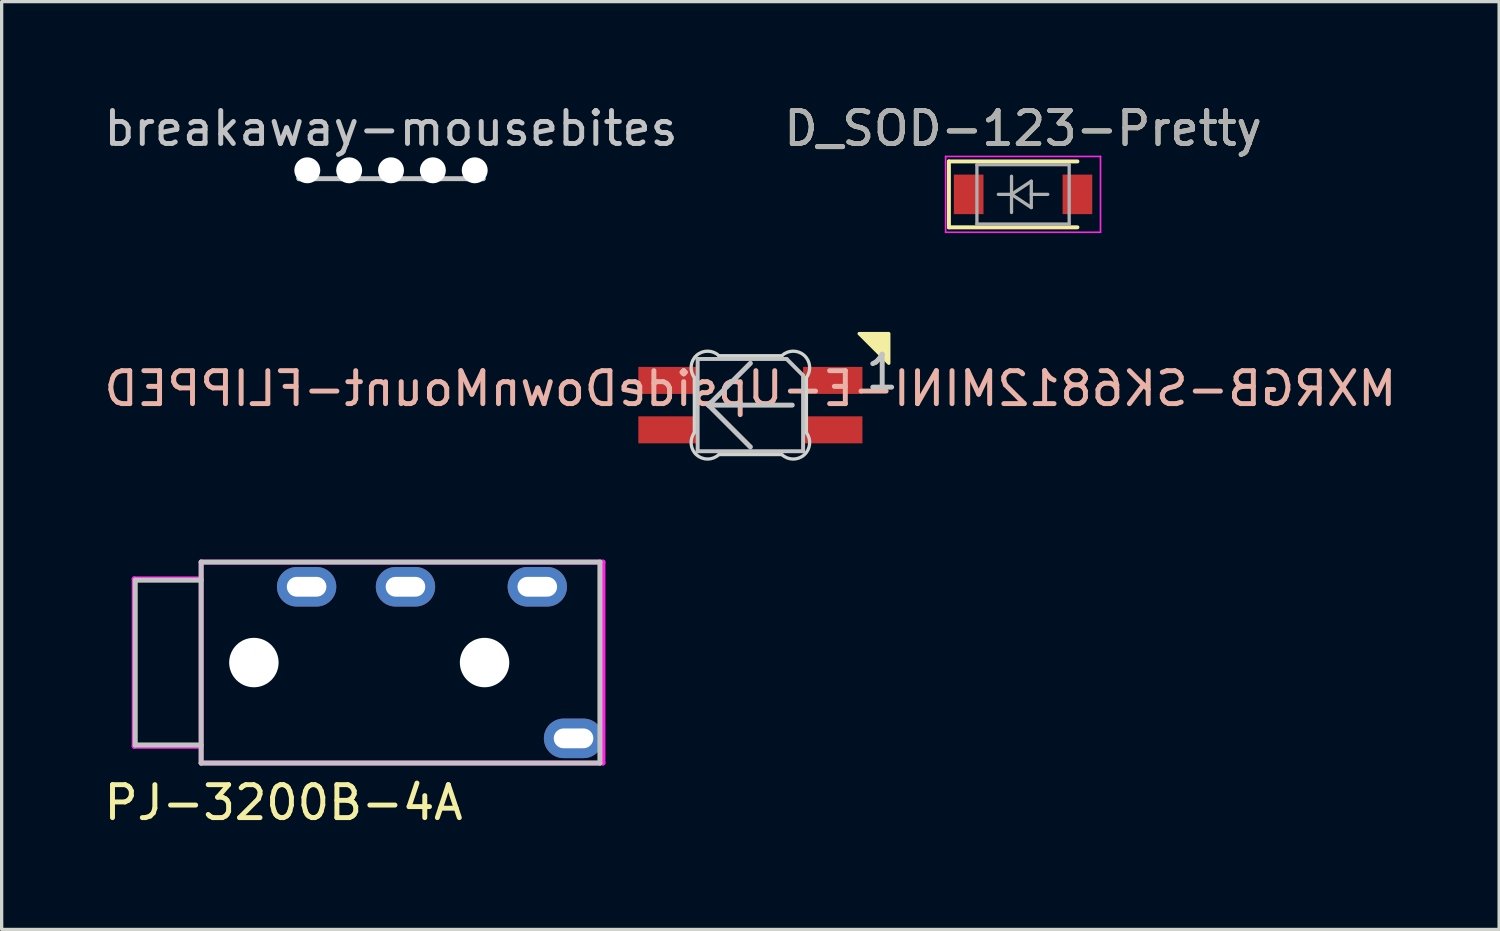
<source format=kicad_pcb>
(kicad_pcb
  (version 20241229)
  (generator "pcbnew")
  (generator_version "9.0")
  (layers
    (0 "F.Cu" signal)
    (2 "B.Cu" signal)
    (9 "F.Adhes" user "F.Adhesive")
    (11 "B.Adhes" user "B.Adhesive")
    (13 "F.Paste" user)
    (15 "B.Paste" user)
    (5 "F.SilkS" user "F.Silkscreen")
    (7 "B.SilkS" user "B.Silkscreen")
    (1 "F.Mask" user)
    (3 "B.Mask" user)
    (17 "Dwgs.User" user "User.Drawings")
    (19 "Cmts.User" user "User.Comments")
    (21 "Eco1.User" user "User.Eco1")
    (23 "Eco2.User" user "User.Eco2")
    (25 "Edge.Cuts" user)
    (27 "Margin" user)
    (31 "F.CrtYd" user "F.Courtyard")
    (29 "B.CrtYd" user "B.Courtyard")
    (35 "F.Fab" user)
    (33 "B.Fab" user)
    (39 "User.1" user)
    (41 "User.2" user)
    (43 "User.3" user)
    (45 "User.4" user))
  (footprint "MXRGB-SK6812MINI-E-UpsideDownMount-FLIPPED"
    (layer "F.Cu")
    (at 19.72 9.243)
    (property "Reference" "MXRGB-SK6812MINI-E-UpsideDownMount-FLIPPED" (at 0 -0.5 0) (layer "B.SilkS") (effects (font (size 1 1) (thickness 0.15)) (justify mirror)))
    (attr smd)
    (fp_poly (pts (xy 4.2 -1.27) (xy 3.3 -2.17) (xy 4.2 -2.17)) (stroke (width 0.1) (type solid)) (fill yes) (layer "F.SilkS"))
    (fp_line (start -1.6 -1.4) (end -1.6 1.4) (stroke (width 0.12) (type solid)) (layer "Dwgs.User"))
    (fp_line (start -1.6 1.4) (end 1.6 1.4) (stroke (width 0.12) (type solid)) (layer "Dwgs.User"))
    (fp_line (start -1.27 0) (end 0 -1.27) (stroke (width 0.15) (type solid)) (layer "Dwgs.User"))
    (fp_line (start -1.27 0) (end 1.27 0) (stroke (width 0.15) (type solid)) (layer "Dwgs.User"))
    (fp_line (start 0 1.27) (end -1.27 0) (stroke (width 0.15) (type solid)) (layer "Dwgs.User"))
    (fp_line (start 1.1 -1.4) (end -1.6 -1.4) (stroke (width 0.12) (type solid)) (layer "Dwgs.User"))
    (fp_line (start 1.1 -1.4) (end 1.6 -0.9) (stroke (width 0.12) (type solid)) (layer "Dwgs.User"))
    (fp_line (start 1.6 1.4) (end 1.6 -0.9) (stroke (width 0.12) (type solid)) (layer "Dwgs.User"))
    (fp_line (start -1.7 0.838) (end -1.7 -0.838) (stroke (width 0.1) (type solid)) (layer "Edge.Cuts"))
    (fp_line (start -0.956 -1.5) (end 0.956 -1.5) (stroke (width 0.1) (type solid)) (layer "Edge.Cuts"))
    (fp_line (start 0.956 1.5) (end -0.956 1.5) (stroke (width 0.1) (type solid)) (layer "Edge.Cuts"))
    (fp_line (start 1.7 -0.838) (end 1.7 0.838) (stroke (width 0.1) (type solid)) (layer "Edge.Cuts"))
    (fp_arc (start -1.699999 -0.837974) (mid -1.631232 -1.510227) (end -0.955548 -1.5) (stroke (width 0.1) (type solid)) (layer "Edge.Cuts"))
    (fp_arc (start -0.955548 1.499999) (mid -1.631231 1.510227) (end -1.699999 0.837975) (stroke (width 0.1) (type solid)) (layer "Edge.Cuts"))
    (fp_arc (start 0.955549 -1.500001) (mid 1.631233 -1.510228) (end 1.7 -0.837975) (stroke (width 0.1) (type solid)) (layer "Edge.Cuts"))
    (fp_arc (start 1.700001 0.837976) (mid 1.631232 1.510229) (end 0.955548 1.5) (stroke (width 0.1) (type solid)) (layer "Edge.Cuts"))
    (fp_text user "1" (at 4 -1 0) (layer "Dwgs.User") (effects (font (size 1 1) (thickness 0.15))))
    (pad "3" smd rect (at -2.5 0.75) (size 1.8 0.82) (layers "F.Cu" "F.Mask" "F.Paste"))
    (pad "4" smd rect (at -2.5 -0.75) (size 1.8 0.82) (layers "F.Cu" "F.Mask" "F.Paste"))
    (pad "5" smd rect (at 2.5 -0.75) (size 1.8 0.82) (layers "F.Cu" "F.Mask" "F.Paste"))
    (pad "6" smd rect (at 2.5 0.75) (size 1.8 0.82) (layers "F.Cu" "F.Mask" "F.Paste")))
  (footprint "PJ-3200B-4A"
    (layer "F.Cu")
    (at 3.054 17.055)
    (property "Reference" "PJ-3200B-4A" (at 2.5 4.25 0) (layer "F.SilkS") (effects (font (size 1 1) (thickness 0.15))))
    (attr through_hole)
    (fp_line (start -2 2.5) (end -2 -2.5) (stroke (width 0.15) (type solid)) (layer "Dwgs.User"))
    (fp_line (start 0 -3.05) (end 0 3.05) (stroke (width 0.15) (type solid)) (layer "Dwgs.User"))
    (fp_line (start 0 -3.05) (end 12.1 -3.05) (stroke (width 0.15) (type solid)) (layer "Dwgs.User"))
    (fp_line (start 0 -2.5) (end -2 -2.5) (stroke (width 0.15) (type solid)) (layer "Dwgs.User"))
    (fp_line (start 0 2.5) (end -2 2.5) (stroke (width 0.15) (type solid)) (layer "Dwgs.User"))
    (fp_line (start 0 3.05) (end 12.1 3.05) (stroke (width 0.15) (type solid)) (layer "Dwgs.User"))
    (fp_line (start 12.1 -3.05) (end 12.1 3.05) (stroke (width 0.15) (type solid)) (layer "Dwgs.User"))
    (fp_line (start -2.032 -2.54) (end -2.032 2.54) (stroke (width 0.15) (type solid)) (layer "F.CrtYd"))
    (fp_line (start -2.032 2.54) (end 0 2.54) (stroke (width 0.15) (type solid)) (layer "F.CrtYd"))
    (fp_line (start 0 -3.048) (end 12.192 -3.048) (stroke (width 0.15) (type solid)) (layer "F.CrtYd"))
    (fp_line (start 0 -2.54) (end -2.032 -2.54) (stroke (width 0.15) (type solid)) (layer "F.CrtYd"))
    (fp_line (start 0 3.048) (end 0 -3.048) (stroke (width 0.15) (type solid)) (layer "F.CrtYd"))
    (fp_line (start 12.192 -3.048) (end 12.192 3.048) (stroke (width 0.15) (type solid)) (layer "F.CrtYd"))
    (fp_line (start 12.192 3.048) (end 0 3.048) (stroke (width 0.15) (type solid)) (layer "F.CrtYd"))
    (pad "" np_thru_hole circle (at 1.6 0) (size 1.5 1.5) (drill 1.5) (layers "*.Cu" "*.Mask"))
    (pad "" np_thru_hole circle (at 8.6 0) (size 1.5 1.5) (drill 1.5) (layers "*.Cu" "*.Mask"))
    (pad "1" thru_hole oval (at 3.2 -2.3) (size 1.8 1.2) (drill oval 1.2 0.6) (layers "*.Cu" "*.Mask"))
    (pad "2" thru_hole oval (at 6.2 -2.3) (size 1.8 1.2) (drill oval 1.2 0.6) (layers "*.Cu" "*.Mask"))
    (pad "3" thru_hole oval (at 10.2 -2.3) (size 1.8 1.2) (drill oval 1.2 0.6) (layers "*.Cu" "*.Mask"))
    (pad "4" thru_hole oval (at 11.3 2.3) (size 1.8 1.2) (drill oval 1.2 0.6) (layers "*.Cu" "*.Mask")))
  (footprint "breakaway-mousebites"
    (layer "F.Cu")
    (at 8.815 2.372)
    (property "Reference" "breakaway-mousebites" (at 0 -1.524 0) (layer "Dwgs.User") (effects (font (size 1 1) (thickness 0.15))))
    (attr exclude_from_pos_files exclude_from_bom)
    (fp_line (start -2.794 0) (end 2.794 0) (stroke (width 0.15) (type solid)) (layer "Dwgs.User"))
    (fp_line (start -2.286 0) (end -2.794 0) (stroke (width 0.15) (type solid)) (layer "B.CrtYd"))
    (fp_line (start -1.016 0) (end -1.524 0) (stroke (width 0.15) (type solid)) (layer "B.CrtYd"))
    (fp_line (start 0.254 0) (end -0.254 0) (stroke (width 0.15) (type solid)) (layer "B.CrtYd"))
    (fp_line (start 1.016 0) (end 1.524 0) (stroke (width 0.15) (type solid)) (layer "B.CrtYd"))
    (fp_line (start 2.286 0) (end 2.794 0) (stroke (width 0.15) (type solid)) (layer "B.CrtYd"))
    (pad "" np_thru_hole circle (at -2.54 -0.254) (size 0.787 0.787) (drill 0.787) (layers "*.Cu" "*.Mask"))
    (pad "" np_thru_hole circle (at -1.27 -0.254) (size 0.787 0.787) (drill 0.787) (layers "*.Cu" "*.Mask"))
    (pad "" np_thru_hole circle (at 0 -0.254) (size 0.787 0.787) (drill 0.787) (layers "*.Cu" "*.Mask"))
    (pad "" np_thru_hole circle (at 1.27 -0.254) (size 0.787 0.787) (drill 0.787) (layers "*.Cu" "*.Mask"))
    (pad "" np_thru_hole circle (at 2.54 -0.254) (size 0.787 0.787) (drill 0.787) (layers "*.Cu" "*.Mask")))
  (footprint "D_SOD-123-Pretty"
    (layer "F.Cu")
    (at 27.994 2.848)
    (property "Reference" "D_SOD-123-Pretty" (at 0 -2 0) (layer "F.SilkS") (effects (font (size 1 1) (thickness 0.15))))
    (attr smd)
    (fp_line (start -2.25 -1) (end -2.25 1) (stroke (width 0.12) (type solid)) (layer "F.SilkS"))
    (fp_line (start -2.25 -1) (end 1.65 -1) (stroke (width 0.12) (type solid)) (layer "F.SilkS"))
    (fp_line (start -2.25 1) (end 1.65 1) (stroke (width 0.12) (type solid)) (layer "F.SilkS"))
    (fp_line (start -2.35 -1.15) (end -2.35 1.15) (stroke (width 0.05) (type solid)) (layer "F.CrtYd"))
    (fp_line (start -2.35 -1.15) (end 2.35 -1.15) (stroke (width 0.05) (type solid)) (layer "F.CrtYd"))
    (fp_line (start 2.35 -1.15) (end 2.35 1.15) (stroke (width 0.05) (type solid)) (layer "F.CrtYd"))
    (fp_line (start 2.35 1.15) (end -2.35 1.15) (stroke (width 0.05) (type solid)) (layer "F.CrtYd"))
    (fp_line (start -1.4 -0.9) (end 1.4 -0.9) (stroke (width 0.1) (type solid)) (layer "F.Fab"))
    (fp_line (start -1.4 0.9) (end -1.4 -0.9) (stroke (width 0.1) (type solid)) (layer "F.Fab"))
    (fp_line (start -0.75 0) (end -0.35 0) (stroke (width 0.1) (type solid)) (layer "F.Fab"))
    (fp_line (start -0.35 0) (end -0.35 -0.55) (stroke (width 0.1) (type solid)) (layer "F.Fab"))
    (fp_line (start -0.35 0) (end -0.35 0.55) (stroke (width 0.1) (type solid)) (layer "F.Fab"))
    (fp_line (start -0.35 0) (end 0.25 -0.4) (stroke (width 0.1) (type solid)) (layer "F.Fab"))
    (fp_line (start 0.25 -0.4) (end 0.25 0.4) (stroke (width 0.1) (type solid)) (layer "F.Fab"))
    (fp_line (start 0.25 0) (end 0.75 0) (stroke (width 0.1) (type solid)) (layer "F.Fab"))
    (fp_line (start 0.25 0.4) (end -0.35 0) (stroke (width 0.1) (type solid)) (layer "F.Fab"))
    (fp_line (start 1.4 -0.9) (end 1.4 0.9) (stroke (width 0.1) (type solid)) (layer "F.Fab"))
    (fp_line (start 1.4 0.9) (end -1.4 0.9) (stroke (width 0.1) (type solid)) (layer "F.Fab"))
    (fp_text user "${REFERENCE}" (at 0 -2 0) (layer "F.Fab") (effects (font (size 1 1) (thickness 0.15))))
    (pad "1" smd rect (at -1.65 0) (size 0.9 1.2) (layers "F.Cu" "F.Mask" "F.Paste"))
    (pad "2" smd rect (at 1.65 0) (size 0.9 1.2) (layers "F.Cu" "F.Mask" "F.Paste")))
  (gr_rect
    (start -3 -3)
    (end 42.44 25.153)
    (stroke (width 0.1) (type default))
    (fill no)
    (layer "Edge.Cuts")))
</source>
